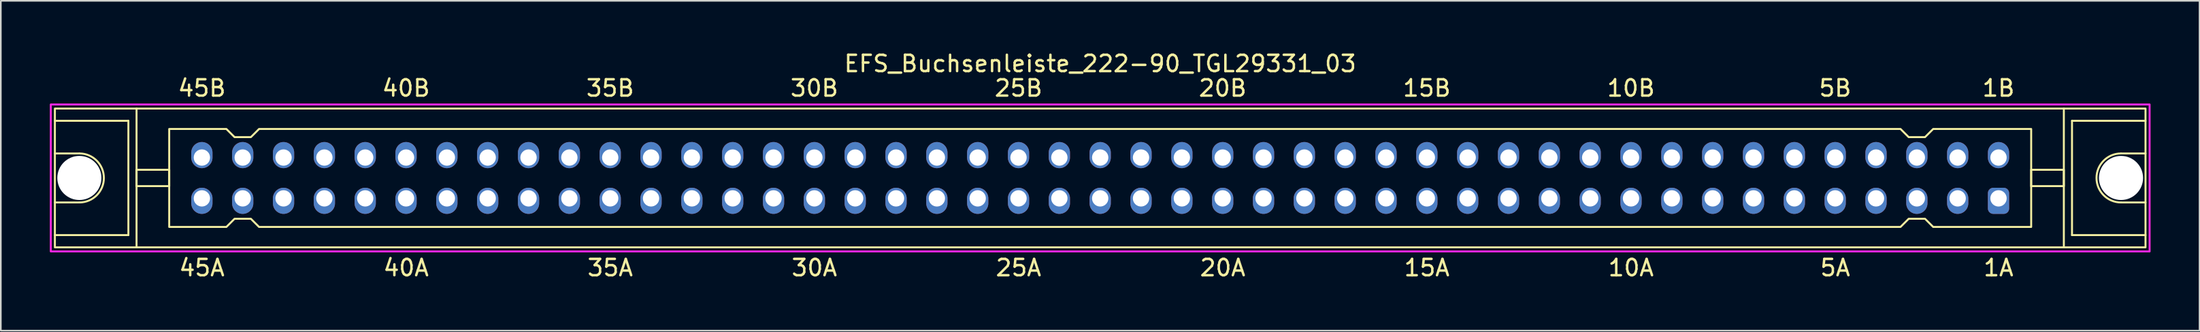
<source format=kicad_pcb>
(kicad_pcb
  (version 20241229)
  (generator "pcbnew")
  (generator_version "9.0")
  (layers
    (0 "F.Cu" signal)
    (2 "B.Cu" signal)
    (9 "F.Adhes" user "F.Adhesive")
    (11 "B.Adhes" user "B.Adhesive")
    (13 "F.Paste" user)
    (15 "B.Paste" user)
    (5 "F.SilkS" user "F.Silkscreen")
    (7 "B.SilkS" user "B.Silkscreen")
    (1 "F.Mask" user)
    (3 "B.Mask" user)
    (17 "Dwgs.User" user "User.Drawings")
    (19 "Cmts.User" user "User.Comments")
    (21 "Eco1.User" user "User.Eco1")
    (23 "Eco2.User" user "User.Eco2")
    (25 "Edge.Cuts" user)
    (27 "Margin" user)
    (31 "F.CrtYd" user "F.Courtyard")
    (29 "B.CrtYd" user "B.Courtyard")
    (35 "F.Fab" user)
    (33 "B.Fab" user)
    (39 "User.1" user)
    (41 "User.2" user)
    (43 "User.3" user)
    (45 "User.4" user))
  (footprint "EFS_Buchsenleiste_222-90_TGL29331_03"
    (layer "F.Cu")
    (at 64.31 7.848)
    (property "Reference" "EFS_Buchsenleiste_222-90_TGL29331_03" (at 0 -7 180) (layer "F.SilkS") (effects (font (size 1 1) (thickness 0.15))))
    (attr through_hole)
    (fp_line (start -64 -3.5) (end -59.5 -3.5) (stroke (width 0.12) (type solid)) (layer "F.SilkS"))
    (fp_line (start -62.5 -1.5) (end -64 -1.5) (stroke (width 0.12) (type solid)) (layer "F.SilkS"))
    (fp_line (start -62.5 1.5) (end -64 1.5) (stroke (width 0.12) (type solid)) (layer "F.SilkS"))
    (fp_line (start -59.5 -3.5) (end -59.5 3.5) (stroke (width 0.12) (type solid)) (layer "F.SilkS"))
    (fp_line (start -59.5 3.5) (end -64 3.5) (stroke (width 0.12) (type solid)) (layer "F.SilkS"))
    (fp_line (start -59 4.25) (end -59 -4.25) (stroke (width 0.12) (type solid)) (layer "F.SilkS"))
    (fp_line (start 59 4.25) (end 59 -4.25) (stroke (width 0.12) (type solid)) (layer "F.SilkS"))
    (fp_line (start 59.5 -3.5) (end 59.5 3.5) (stroke (width 0.12) (type solid)) (layer "F.SilkS"))
    (fp_line (start 59.5 3.5) (end 64 3.5) (stroke (width 0.12) (type solid)) (layer "F.SilkS"))
    (fp_line (start 62.5 -1.5) (end 64 -1.5) (stroke (width 0.12) (type solid)) (layer "F.SilkS"))
    (fp_line (start 62.5 1.5) (end 64 1.5) (stroke (width 0.12) (type solid)) (layer "F.SilkS"))
    (fp_line (start 64 -3.5) (end 59.5 -3.5) (stroke (width 0.12) (type solid)) (layer "F.SilkS"))
    (fp_rect (start -64 -4.25) (end 64 4.25) (stroke (width 0.12) (type solid)) (fill no) (layer "F.SilkS"))
    (fp_rect (start -59 -0.5) (end -57 0.5) (stroke (width 0.12) (type solid)) (fill no) (layer "F.SilkS"))
    (fp_rect (start 59 -0.5) (end 57 0.5) (stroke (width 0.12) (type solid)) (fill no) (layer "F.SilkS"))
    (fp_arc (start -62.5 -1.5) (mid -61 0) (end -62.5 1.5) (stroke (width 0.12) (type solid)) (layer "F.SilkS"))
    (fp_arc (start 62.5 1.5) (mid 61 0) (end 62.5 -1.5) (stroke (width 0.12) (type solid)) (layer "F.SilkS"))
    (fp_poly (pts (xy -53 -2.5) (xy -52 -2.5) (xy -51.5 -3) (xy 49 -3) (xy 49.5 -2.5) (xy 50.5 -2.5) (xy 51 -3) (xy 57 -3) (xy 57 3) (xy 51 3) (xy 50.5 2.5) (xy 49.5 2.5) (xy 49 3) (xy -51.5 3) (xy -52 2.5) (xy -53 2.5) (xy -53.5 3) (xy -57 3) (xy -57 -3) (xy -53.5 -3)) (stroke (width 0.12) (type solid)) (fill no) (layer "F.SilkS"))
    (fp_rect (start -64.25 -4.5) (end 64.25 4.5) (stroke (width 0.12) (type solid)) (fill no) (layer "F.CrtYd"))
    (fp_text user "1A" (at 55 5.5 180) (layer "F.SilkS") (effects (font (size 1 1) (thickness 0.15))))
    (fp_text user "45B" (at -55 -5.5 180) (layer "F.SilkS") (effects (font (size 1 1) (thickness 0.15))))
    (fp_text user "25A" (at -5 5.5 180) (layer "F.SilkS") (effects (font (size 1 1) (thickness 0.15))))
    (fp_text user "10B" (at 32.5 -5.5 180) (layer "F.SilkS") (effects (font (size 1 1) (thickness 0.15))))
    (fp_text user "20B" (at 7.5 -5.5 180) (layer "F.SilkS") (effects (font (size 1 1) (thickness 0.15))))
    (fp_text user "40B" (at -42.5 -5.5 180) (layer "F.SilkS") (effects (font (size 1 1) (thickness 0.15))))
    (fp_text user "30B" (at -17.5 -5.5 180) (layer "F.SilkS") (effects (font (size 1 1) (thickness 0.15))))
    (fp_text user "15B" (at 20 -5.5 180) (layer "F.SilkS") (effects (font (size 1 1) (thickness 0.15))))
    (fp_text user "40A" (at -42.5 5.5 180) (layer "F.SilkS") (effects (font (size 1 1) (thickness 0.15))))
    (fp_text user "35B" (at -30 -5.5 180) (layer "F.SilkS") (effects (font (size 1 1) (thickness 0.15))))
    (fp_text user "15A" (at 20 5.5 180) (layer "F.SilkS") (effects (font (size 1 1) (thickness 0.15))))
    (fp_text user "5B" (at 45 -5.5 180) (layer "F.SilkS") (effects (font (size 1 1) (thickness 0.15))))
    (fp_text user "35A" (at -30 5.5 180) (layer "F.SilkS") (effects (font (size 1 1) (thickness 0.15))))
    (fp_text user "20A" (at 7.5 5.5 180) (layer "F.SilkS") (effects (font (size 1 1) (thickness 0.15))))
    (fp_text user "45A" (at -55 5.5 180) (layer "F.SilkS") (effects (font (size 1 1) (thickness 0.15))))
    (fp_text user "10A" (at 32.5 5.5 180) (layer "F.SilkS") (effects (font (size 1 1) (thickness 0.15))))
    (fp_text user "5A" (at 45 5.5 180) (layer "F.SilkS") (effects (font (size 1 1) (thickness 0.15))))
    (fp_text user "1B" (at 55 -5.5 180) (layer "F.SilkS") (effects (font (size 1 1) (thickness 0.15))))
    (fp_text user "25B" (at -5 -5.5 180) (layer "F.SilkS") (effects (font (size 1 1) (thickness 0.15))))
    (fp_text user "30A" (at -17.5 5.5 180) (layer "F.SilkS") (effects (font (size 1 1) (thickness 0.15))))
    (pad "" np_thru_hole circle (at -62.5 0) (size 2.7 2.7) (drill 2.7) (layers "*.Cu" "*.Mask"))
    (pad "" np_thru_hole circle (at 62.5 0) (size 2.7 2.7) (drill 2.7) (layers "*.Cu" "*.Mask"))
    (pad "1a" thru_hole roundrect (at 55 1.25 180) (size 1.3 1.6) (drill 1 (offset 0 -0.15)) (layers "*.Cu" "*.Mask") (roundrect_rratio 0.25))
    (pad "1b" thru_hole oval (at 55 -1.25 180) (size 1.3 1.6) (drill 1 (offset 0 0.15)) (layers "*.Cu" "*.Mask"))
    (pad "2a" thru_hole oval (at 52.5 1.25 180) (size 1.3 1.6) (drill 1 (offset 0 -0.15)) (layers "*.Cu" "*.Mask"))
    (pad "2b" thru_hole oval (at 52.5 -1.25 180) (size 1.3 1.6) (drill 1 (offset 0 0.15)) (layers "*.Cu" "*.Mask"))
    (pad "3a" thru_hole oval (at 50 1.25 180) (size 1.3 1.6) (drill 1 (offset 0 -0.15)) (layers "*.Cu" "*.Mask"))
    (pad "3b" thru_hole oval (at 50 -1.25 180) (size 1.3 1.6) (drill 1 (offset 0 0.15)) (layers "*.Cu" "*.Mask"))
    (pad "4a" thru_hole oval (at 47.5 1.25 180) (size 1.3 1.6) (drill 1 (offset 0 -0.15)) (layers "*.Cu" "*.Mask"))
    (pad "4b" thru_hole oval (at 47.5 -1.25 180) (size 1.3 1.6) (drill 1 (offset 0 0.15)) (layers "*.Cu" "*.Mask"))
    (pad "5a" thru_hole oval (at 45 1.25 180) (size 1.3 1.6) (drill 1 (offset 0 -0.15)) (layers "*.Cu" "*.Mask"))
    (pad "5b" thru_hole oval (at 45 -1.25 180) (size 1.3 1.6) (drill 1 (offset 0 0.15)) (layers "*.Cu" "*.Mask"))
    (pad "6a" thru_hole oval (at 42.5 1.25 180) (size 1.3 1.6) (drill 1 (offset 0 -0.15)) (layers "*.Cu" "*.Mask"))
    (pad "6b" thru_hole oval (at 42.5 -1.25 180) (size 1.3 1.6) (drill 1 (offset 0 0.15)) (layers "*.Cu" "*.Mask"))
    (pad "7a" thru_hole oval (at 40 1.25 180) (size 1.3 1.6) (drill 1 (offset 0 -0.15)) (layers "*.Cu" "*.Mask"))
    (pad "7b" thru_hole oval (at 40 -1.25 180) (size 1.3 1.6) (drill 1 (offset 0 0.15)) (layers "*.Cu" "*.Mask"))
    (pad "8a" thru_hole oval (at 37.5 1.25 180) (size 1.3 1.6) (drill 1 (offset 0 -0.15)) (layers "*.Cu" "*.Mask"))
    (pad "8b" thru_hole oval (at 37.5 -1.25 180) (size 1.3 1.6) (drill 1 (offset 0 0.15)) (layers "*.Cu" "*.Mask"))
    (pad "9a" thru_hole oval (at 35 1.25 180) (size 1.3 1.6) (drill 1 (offset 0 -0.15)) (layers "*.Cu" "*.Mask"))
    (pad "9b" thru_hole oval (at 35 -1.25 180) (size 1.3 1.6) (drill 1 (offset 0 0.15)) (layers "*.Cu" "*.Mask"))
    (pad "10a" thru_hole oval (at 32.5 1.25 180) (size 1.3 1.6) (drill 1 (offset 0 -0.15)) (layers "*.Cu" "*.Mask"))
    (pad "10b" thru_hole oval (at 32.5 -1.25 180) (size 1.3 1.6) (drill 1 (offset 0 0.15)) (layers "*.Cu" "*.Mask"))
    (pad "11a" thru_hole oval (at 30 1.25 180) (size 1.3 1.6) (drill 1 (offset 0 -0.15)) (layers "*.Cu" "*.Mask"))
    (pad "11b" thru_hole oval (at 30 -1.25 180) (size 1.3 1.6) (drill 1 (offset 0 0.15)) (layers "*.Cu" "*.Mask"))
    (pad "12a" thru_hole oval (at 27.5 1.25 180) (size 1.3 1.6) (drill 1 (offset 0 -0.15)) (layers "*.Cu" "*.Mask"))
    (pad "12b" thru_hole oval (at 27.5 -1.25 180) (size 1.3 1.6) (drill 1 (offset 0 0.15)) (layers "*.Cu" "*.Mask"))
    (pad "13a" thru_hole oval (at 25 1.25 180) (size 1.3 1.6) (drill 1 (offset 0 -0.15)) (layers "*.Cu" "*.Mask"))
    (pad "13b" thru_hole oval (at 25 -1.25 180) (size 1.3 1.6) (drill 1 (offset 0 0.15)) (layers "*.Cu" "*.Mask"))
    (pad "14a" thru_hole oval (at 22.5 1.25 180) (size 1.3 1.6) (drill 1 (offset 0 -0.15)) (layers "*.Cu" "*.Mask"))
    (pad "14b" thru_hole oval (at 22.5 -1.25 180) (size 1.3 1.6) (drill 1 (offset 0 0.15)) (layers "*.Cu" "*.Mask"))
    (pad "15a" thru_hole oval (at 20 1.25 180) (size 1.3 1.6) (drill 1 (offset 0 -0.15)) (layers "*.Cu" "*.Mask"))
    (pad "15b" thru_hole oval (at 20 -1.25 180) (size 1.3 1.6) (drill 1 (offset 0 0.15)) (layers "*.Cu" "*.Mask"))
    (pad "16a" thru_hole oval (at 17.5 1.25 180) (size 1.3 1.6) (drill 1 (offset 0 -0.15)) (layers "*.Cu" "*.Mask"))
    (pad "16b" thru_hole oval (at 17.5 -1.25 180) (size 1.3 1.6) (drill 1 (offset 0 0.15)) (layers "*.Cu" "*.Mask"))
    (pad "17a" thru_hole oval (at 15 1.25 180) (size 1.3 1.6) (drill 1 (offset 0 -0.15)) (layers "*.Cu" "*.Mask"))
    (pad "17b" thru_hole oval (at 15 -1.25 180) (size 1.3 1.6) (drill 1 (offset 0 0.15)) (layers "*.Cu" "*.Mask"))
    (pad "18a" thru_hole oval (at 12.5 1.25 180) (size 1.3 1.6) (drill 1 (offset 0 -0.15)) (layers "*.Cu" "*.Mask"))
    (pad "18b" thru_hole oval (at 12.5 -1.25 180) (size 1.3 1.6) (drill 1 (offset 0 0.15)) (layers "*.Cu" "*.Mask"))
    (pad "19a" thru_hole oval (at 10 1.25 180) (size 1.3 1.6) (drill 1 (offset 0 -0.15)) (layers "*.Cu" "*.Mask"))
    (pad "19b" thru_hole oval (at 10 -1.25 180) (size 1.3 1.6) (drill 1 (offset 0 0.15)) (layers "*.Cu" "*.Mask"))
    (pad "20a" thru_hole oval (at 7.5 1.25 180) (size 1.3 1.6) (drill 1 (offset 0 -0.15)) (layers "*.Cu" "*.Mask"))
    (pad "20b" thru_hole oval (at 7.5 -1.25 180) (size 1.3 1.6) (drill 1 (offset 0 0.15)) (layers "*.Cu" "*.Mask"))
    (pad "21a" thru_hole oval (at 5 1.25 180) (size 1.3 1.6) (drill 1 (offset 0 -0.15)) (layers "*.Cu" "*.Mask"))
    (pad "21b" thru_hole oval (at 5 -1.25 180) (size 1.3 1.6) (drill 1 (offset 0 0.15)) (layers "*.Cu" "*.Mask"))
    (pad "22a" thru_hole oval (at 2.5 1.25 180) (size 1.3 1.6) (drill 1 (offset 0 -0.15)) (layers "*.Cu" "*.Mask"))
    (pad "22b" thru_hole oval (at 2.5 -1.25 180) (size 1.3 1.6) (drill 1 (offset 0 0.15)) (layers "*.Cu" "*.Mask"))
    (pad "23a" thru_hole oval (at 0 1.25 180) (size 1.3 1.6) (drill 1 (offset 0 -0.15)) (layers "*.Cu" "*.Mask"))
    (pad "23b" thru_hole oval (at 0 -1.25 180) (size 1.3 1.6) (drill 1 (offset 0 0.15)) (layers "*.Cu" "*.Mask"))
    (pad "24a" thru_hole oval (at -2.5 1.25 180) (size 1.3 1.6) (drill 1 (offset 0 -0.15)) (layers "*.Cu" "*.Mask"))
    (pad "24b" thru_hole oval (at -2.5 -1.25 180) (size 1.3 1.6) (drill 1 (offset 0 0.15)) (layers "*.Cu" "*.Mask"))
    (pad "25a" thru_hole oval (at -5 1.25 180) (size 1.3 1.6) (drill 1 (offset 0 -0.15)) (layers "*.Cu" "*.Mask"))
    (pad "25b" thru_hole oval (at -5 -1.25 180) (size 1.3 1.6) (drill 1 (offset 0 0.15)) (layers "*.Cu" "*.Mask"))
    (pad "26a" thru_hole oval (at -7.5 1.25 180) (size 1.3 1.6) (drill 1 (offset 0 -0.15)) (layers "*.Cu" "*.Mask"))
    (pad "26b" thru_hole oval (at -7.5 -1.25 180) (size 1.3 1.6) (drill 1 (offset 0 0.15)) (layers "*.Cu" "*.Mask"))
    (pad "27a" thru_hole oval (at -10 1.25 180) (size 1.3 1.6) (drill 1 (offset 0 -0.15)) (layers "*.Cu" "*.Mask"))
    (pad "27b" thru_hole oval (at -10 -1.25 180) (size 1.3 1.6) (drill 1 (offset 0 0.15)) (layers "*.Cu" "*.Mask"))
    (pad "28a" thru_hole oval (at -12.5 1.25 180) (size 1.3 1.6) (drill 1 (offset 0 -0.15)) (layers "*.Cu" "*.Mask"))
    (pad "28b" thru_hole oval (at -12.5 -1.25 180) (size 1.3 1.6) (drill 1 (offset 0 0.15)) (layers "*.Cu" "*.Mask"))
    (pad "29a" thru_hole oval (at -15 1.25 180) (size 1.3 1.6) (drill 1 (offset 0 -0.15)) (layers "*.Cu" "*.Mask"))
    (pad "29b" thru_hole oval (at -15 -1.25 180) (size 1.3 1.6) (drill 1 (offset 0 0.15)) (layers "*.Cu" "*.Mask"))
    (pad "30a" thru_hole oval (at -17.5 1.25 180) (size 1.3 1.6) (drill 1 (offset 0 -0.15)) (layers "*.Cu" "*.Mask"))
    (pad "30b" thru_hole oval (at -17.5 -1.25 180) (size 1.3 1.6) (drill 1 (offset 0 0.15)) (layers "*.Cu" "*.Mask"))
    (pad "31a" thru_hole oval (at -20 1.25 180) (size 1.3 1.6) (drill 1 (offset 0 -0.15)) (layers "*.Cu" "*.Mask"))
    (pad "31b" thru_hole oval (at -20 -1.25 180) (size 1.3 1.6) (drill 1 (offset 0 0.15)) (layers "*.Cu" "*.Mask"))
    (pad "32a" thru_hole oval (at -22.5 1.25 180) (size 1.3 1.6) (drill 1 (offset 0 -0.15)) (layers "*.Cu" "*.Mask"))
    (pad "32b" thru_hole oval (at -22.5 -1.25 180) (size 1.3 1.6) (drill 1 (offset 0 0.15)) (layers "*.Cu" "*.Mask"))
    (pad "33a" thru_hole oval (at -25 1.25 180) (size 1.3 1.6) (drill 1 (offset 0 -0.15)) (layers "*.Cu" "*.Mask"))
    (pad "33b" thru_hole oval (at -25 -1.25 180) (size 1.3 1.6) (drill 1 (offset 0 0.15)) (layers "*.Cu" "*.Mask"))
    (pad "34a" thru_hole oval (at -27.5 1.25 180) (size 1.3 1.6) (drill 1 (offset 0 -0.15)) (layers "*.Cu" "*.Mask"))
    (pad "34b" thru_hole oval (at -27.5 -1.25 180) (size 1.3 1.6) (drill 1 (offset 0 0.15)) (layers "*.Cu" "*.Mask"))
    (pad "35a" thru_hole oval (at -30 1.25 180) (size 1.3 1.6) (drill 1 (offset 0 -0.15)) (layers "*.Cu" "*.Mask"))
    (pad "35b" thru_hole oval (at -30 -1.25 180) (size 1.3 1.6) (drill 1 (offset 0 0.15)) (layers "*.Cu" "*.Mask"))
    (pad "36a" thru_hole oval (at -32.5 1.25 180) (size 1.3 1.6) (drill 1 (offset 0 -0.15)) (layers "*.Cu" "*.Mask"))
    (pad "36b" thru_hole oval (at -32.5 -1.25 180) (size 1.3 1.6) (drill 1 (offset 0 0.15)) (layers "*.Cu" "*.Mask"))
    (pad "37a" thru_hole oval (at -35 1.25 180) (size 1.3 1.6) (drill 1 (offset 0 -0.15)) (layers "*.Cu" "*.Mask"))
    (pad "37b" thru_hole oval (at -35 -1.25 180) (size 1.3 1.6) (drill 1 (offset 0 0.15)) (layers "*.Cu" "*.Mask"))
    (pad "38a" thru_hole oval (at -37.5 1.25 180) (size 1.3 1.6) (drill 1 (offset 0 -0.15)) (layers "*.Cu" "*.Mask"))
    (pad "38b" thru_hole oval (at -37.5 -1.25 180) (size 1.3 1.6) (drill 1 (offset 0 0.15)) (layers "*.Cu" "*.Mask"))
    (pad "39a" thru_hole oval (at -40 1.25 180) (size 1.3 1.6) (drill 1 (offset 0 -0.15)) (layers "*.Cu" "*.Mask"))
    (pad "39b" thru_hole oval (at -40 -1.25 180) (size 1.3 1.6) (drill 1 (offset 0 0.15)) (layers "*.Cu" "*.Mask"))
    (pad "40a" thru_hole oval (at -42.5 1.25 180) (size 1.3 1.6) (drill 1 (offset 0 -0.15)) (layers "*.Cu" "*.Mask"))
    (pad "40b" thru_hole oval (at -42.5 -1.25 180) (size 1.3 1.6) (drill 1 (offset 0 0.15)) (layers "*.Cu" "*.Mask"))
    (pad "41a" thru_hole oval (at -45 1.25 180) (size 1.3 1.6) (drill 1 (offset 0 -0.15)) (layers "*.Cu" "*.Mask"))
    (pad "41b" thru_hole oval (at -45 -1.25 180) (size 1.3 1.6) (drill 1 (offset 0 0.15)) (layers "*.Cu" "*.Mask"))
    (pad "42a" thru_hole oval (at -47.5 1.25 180) (size 1.3 1.6) (drill 1 (offset 0 -0.15)) (layers "*.Cu" "*.Mask"))
    (pad "42b" thru_hole oval (at -47.5 -1.25 180) (size 1.3 1.6) (drill 1 (offset 0 0.15)) (layers "*.Cu" "*.Mask"))
    (pad "43a" thru_hole oval (at -50 1.25 180) (size 1.3 1.6) (drill 1 (offset 0 -0.15)) (layers "*.Cu" "*.Mask"))
    (pad "43b" thru_hole oval (at -50 -1.25 180) (size 1.3 1.6) (drill 1 (offset 0 0.15)) (layers "*.Cu" "*.Mask"))
    (pad "44a" thru_hole oval (at -52.5 1.25 180) (size 1.3 1.6) (drill 1 (offset 0 -0.15)) (layers "*.Cu" "*.Mask"))
    (pad "44b" thru_hole oval (at -52.5 -1.25 180) (size 1.3 1.6) (drill 1 (offset 0 0.15)) (layers "*.Cu" "*.Mask"))
    (pad "45a" thru_hole oval (at -55 1.25 180) (size 1.3 1.6) (drill 1 (offset 0 -0.15)) (layers "*.Cu" "*.Mask"))
    (pad "45b" thru_hole oval (at -55 -1.25 180) (size 1.3 1.6) (drill 1 (offset 0 0.15)) (layers "*.Cu" "*.Mask")))
  (gr_rect
    (start -3 -3)
    (end 131.62 17.197)
    (stroke (width 0.1) (type default))
    (fill no)
    (layer "Edge.Cuts")))
</source>
